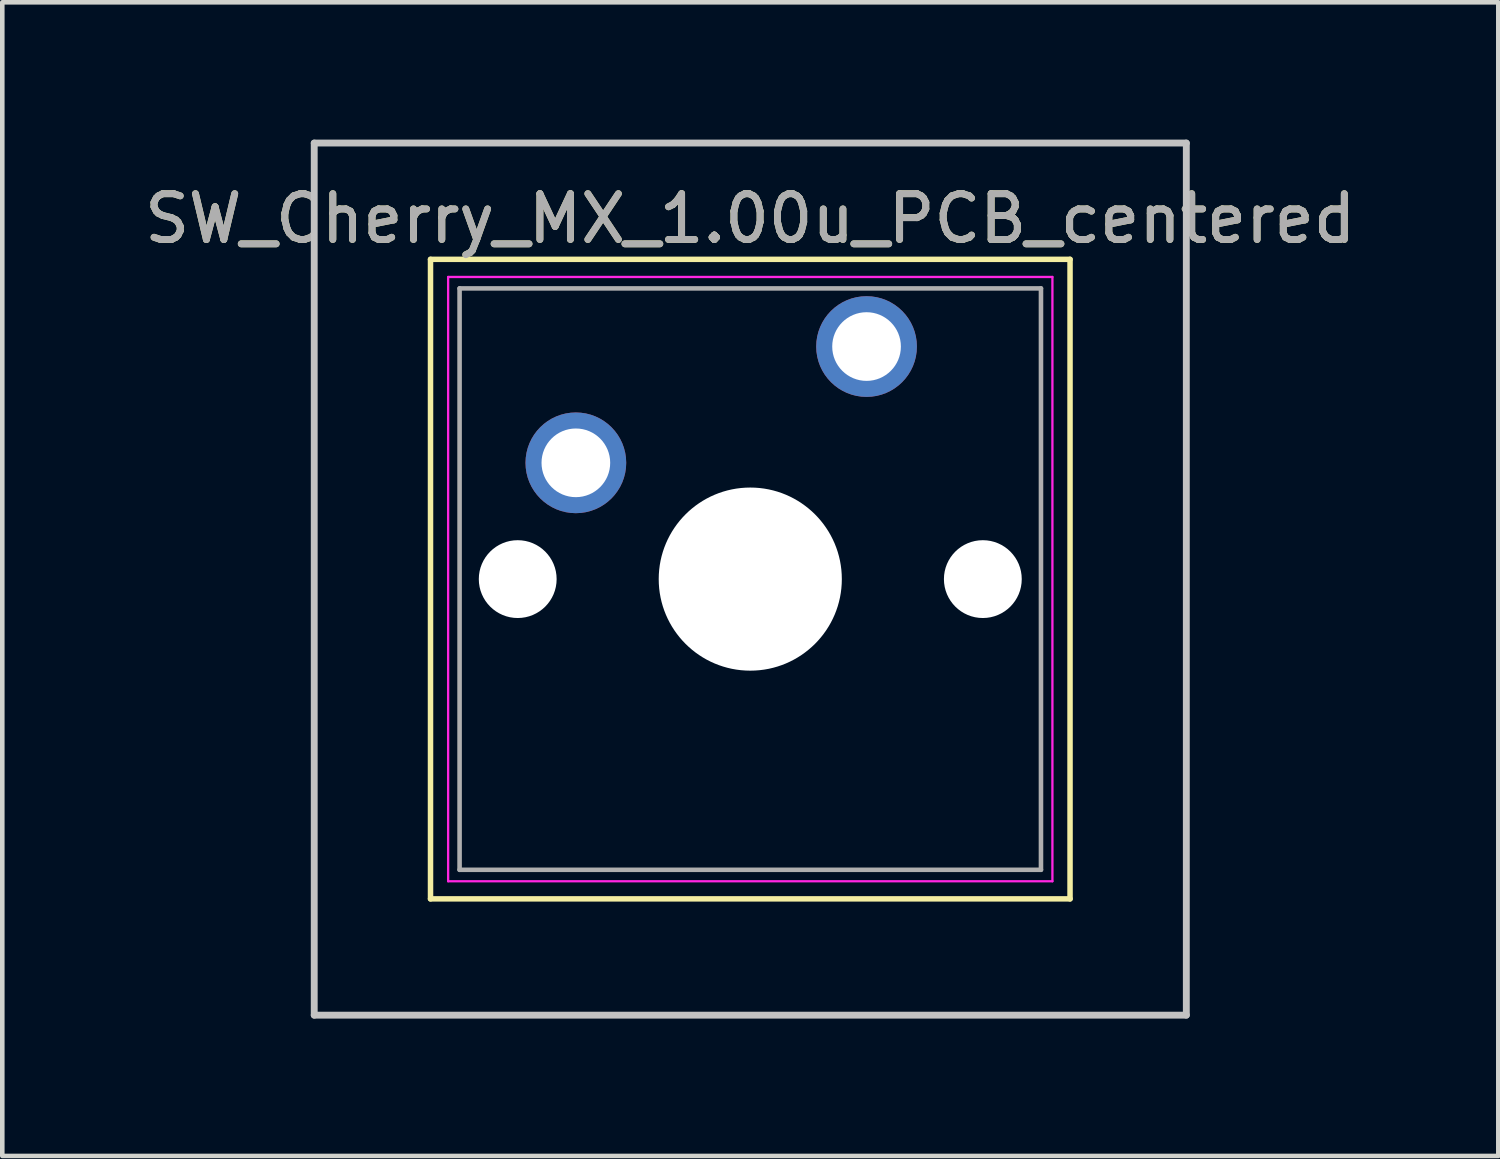
<source format=kicad_pcb>
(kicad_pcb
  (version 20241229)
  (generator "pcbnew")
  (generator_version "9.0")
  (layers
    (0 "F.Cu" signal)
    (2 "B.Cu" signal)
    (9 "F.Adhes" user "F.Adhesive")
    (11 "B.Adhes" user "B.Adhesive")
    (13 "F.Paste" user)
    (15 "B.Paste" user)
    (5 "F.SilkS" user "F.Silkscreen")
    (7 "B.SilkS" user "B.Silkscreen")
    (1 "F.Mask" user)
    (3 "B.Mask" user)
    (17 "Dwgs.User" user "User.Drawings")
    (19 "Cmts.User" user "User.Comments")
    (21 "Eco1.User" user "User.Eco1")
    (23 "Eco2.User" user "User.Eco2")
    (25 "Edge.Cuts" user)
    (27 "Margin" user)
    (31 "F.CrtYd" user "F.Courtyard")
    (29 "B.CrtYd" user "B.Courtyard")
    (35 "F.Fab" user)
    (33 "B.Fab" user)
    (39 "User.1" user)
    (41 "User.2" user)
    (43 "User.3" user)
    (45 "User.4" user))
  (footprint "SW_Cherry_MX_1.00u_PCB_centered"
    (layer "F.Cu")
    (at 13.339 9.6)
    (property "Reference" "SW_Cherry_MX_1.00u_PCB_centered" (at 0 -7.874 0) (layer "F.SilkS") (effects (font (size 1 1) (thickness 0.15))))
    (attr through_hole)
    (fp_line (start -6.985 -6.985) (end 6.985 -6.985) (stroke (width 0.12) (type solid)) (layer "F.SilkS"))
    (fp_line (start -6.985 6.985) (end -6.985 -6.985) (stroke (width 0.12) (type solid)) (layer "F.SilkS"))
    (fp_line (start 6.985 -6.985) (end 6.985 6.985) (stroke (width 0.12) (type solid)) (layer "F.SilkS"))
    (fp_line (start 6.985 6.985) (end -6.985 6.985) (stroke (width 0.12) (type solid)) (layer "F.SilkS"))
    (fp_line (start -9.525 -9.525) (end 9.525 -9.525) (stroke (width 0.15) (type solid)) (layer "Dwgs.User"))
    (fp_line (start -9.525 9.525) (end -9.525 -9.525) (stroke (width 0.15) (type solid)) (layer "Dwgs.User"))
    (fp_line (start 9.525 -9.525) (end 9.525 9.525) (stroke (width 0.15) (type solid)) (layer "Dwgs.User"))
    (fp_line (start 9.525 9.525) (end -9.525 9.525) (stroke (width 0.15) (type solid)) (layer "Dwgs.User"))
    (fp_line (start -6.6 -6.6) (end 6.6 -6.6) (stroke (width 0.05) (type solid)) (layer "F.CrtYd"))
    (fp_line (start -6.6 6.6) (end -6.6 -6.6) (stroke (width 0.05) (type solid)) (layer "F.CrtYd"))
    (fp_line (start 6.6 -6.6) (end 6.6 6.6) (stroke (width 0.05) (type solid)) (layer "F.CrtYd"))
    (fp_line (start 6.6 6.6) (end -6.6 6.6) (stroke (width 0.05) (type solid)) (layer "F.CrtYd"))
    (fp_line (start -6.35 -6.35) (end 6.35 -6.35) (stroke (width 0.1) (type solid)) (layer "F.Fab"))
    (fp_line (start -6.35 6.35) (end -6.35 -6.35) (stroke (width 0.1) (type solid)) (layer "F.Fab"))
    (fp_line (start 6.35 -6.35) (end 6.35 6.35) (stroke (width 0.1) (type solid)) (layer "F.Fab"))
    (fp_line (start 6.35 6.35) (end -6.35 6.35) (stroke (width 0.1) (type solid)) (layer "F.Fab"))
    (fp_text user "${REFERENCE}" (at 0 -7.874 0) (layer "F.Fab") (effects (font (size 1 1) (thickness 0.15))))
    (pad "" np_thru_hole circle (at -5.08 0) (size 1.7 1.7) (drill 1.7) (layers "*.Cu" "*.Mask"))
    (pad "" np_thru_hole circle (at 0 0) (size 4 4) (drill 4) (layers "*.Cu" "*.Mask"))
    (pad "" np_thru_hole circle (at 5.08 0) (size 1.7 1.7) (drill 1.7) (layers "*.Cu" "*.Mask"))
    (pad "1" thru_hole circle (at 2.54 -5.08) (size 2.2 2.2) (drill 1.5) (layers "*.Cu" "*.Mask"))
    (pad "2" thru_hole circle (at -3.81 -2.54) (size 2.2 2.2) (drill 1.5) (layers "*.Cu" "*.Mask")))
  (gr_rect
    (start -3 -3)
    (end 29.679 22.2)
    (stroke (width 0.1) (type default))
    (fill no)
    (layer "Edge.Cuts")))
</source>
